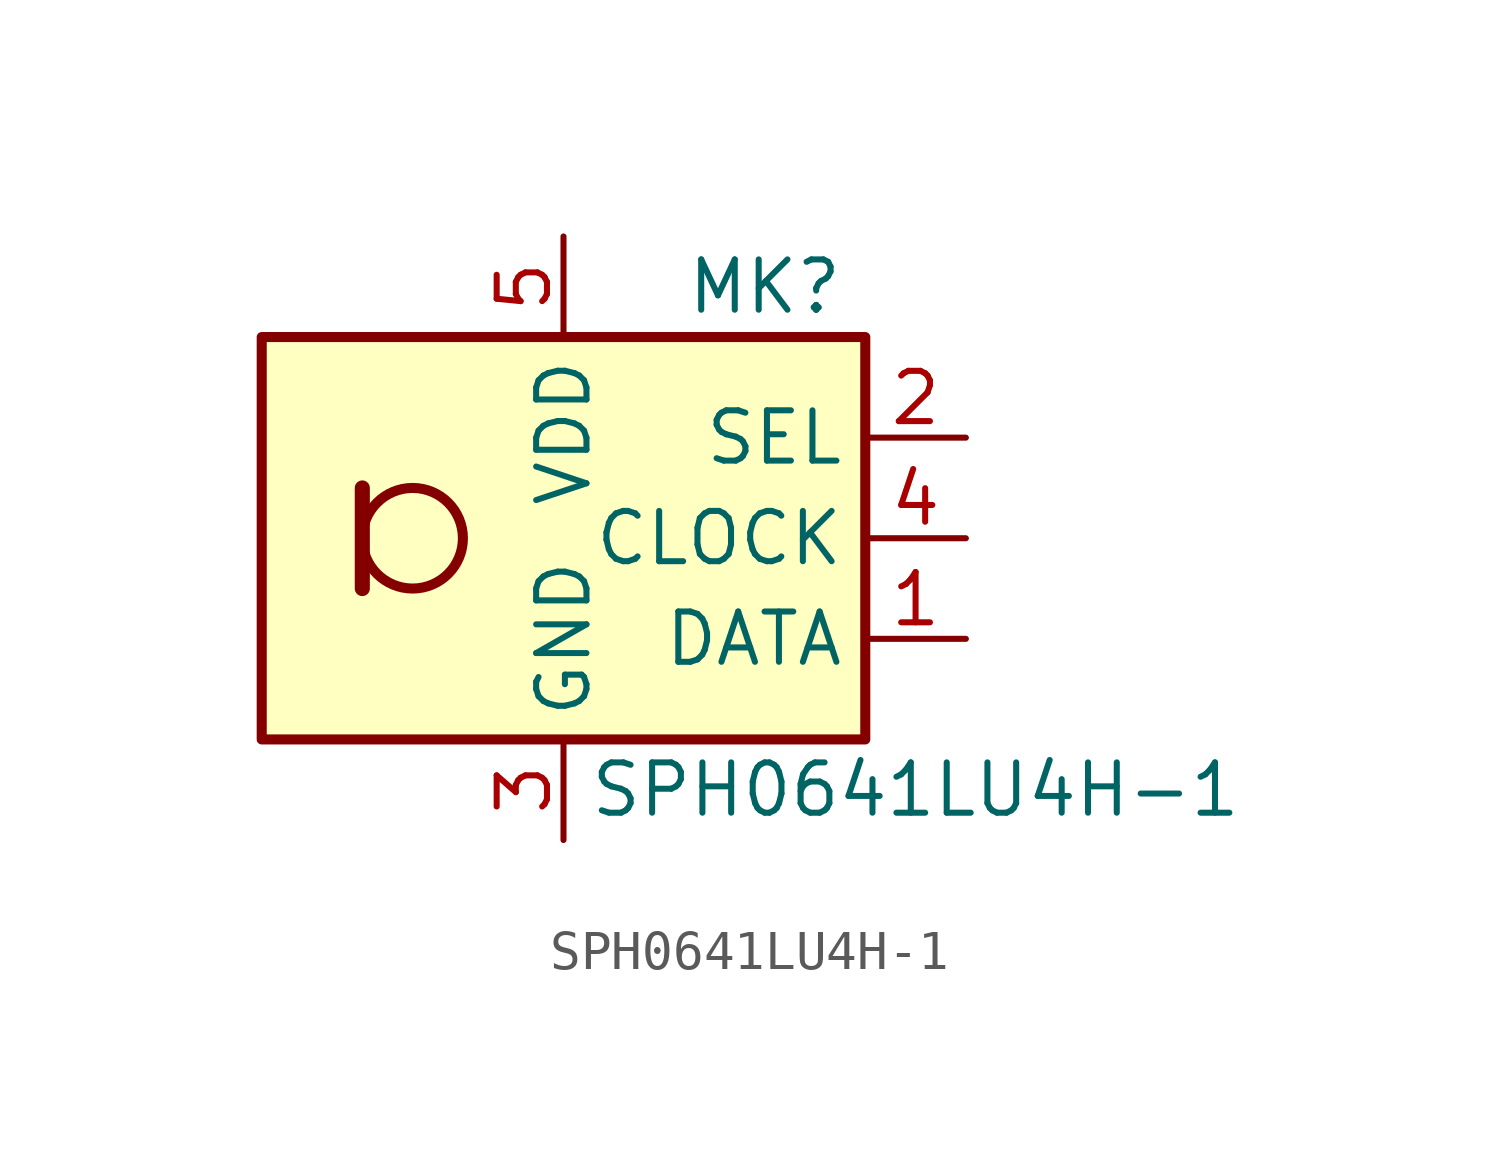
<source format=kicad_sym>
(kicad_symbol_lib
  (version 20220914)
  (generator kicad_symbol_editor)
  (symbol "SPH0641LU4H-1"
    (property "Reference" "MK"
      (at 5.08 6.35 0)
      (effects (font (size 1.27 1.27))))
    (property "Value" "SPH0641LU4H-1"
      (at 8.89 -6.35 0)
      (effects (font (size 1.27 1.27))))
    (symbol "SPH0641LU4H-1_1_1"
      (rectangle (start -7.62 5.08) (end 7.62 -5.08) (stroke (width 0.254) (type default)) (fill (type background)))
      (circle (center -3.81 0) (radius 1.27) (stroke (width 0.254) (type default)) (fill (type none)))
      (polyline (pts (xy -5.08 1.27) (xy -5.08 -1.27)) (stroke (width 0.381) (type default)) (fill (type none)))
      (pin output line (at 10.16 -2.54 180) (length 2.54) (name "DATA" (effects (font (size 1.27 1.27)))) (number "1" (effects (font (size 1.27 1.27)))))
      (pin input line (at 10.16 2.54 180) (length 2.54) (name "SEL" (effects (font (size 1.27 1.27)))) (number "2" (effects (font (size 1.27 1.27)))))
      (pin power_in line (at 0 -7.62 90) (length 2.54) (name "GND" (effects (font (size 1.27 1.27)))) (number "3" (effects (font (size 1.27 1.27)))))
      (pin input line (at 10.16 0 180) (length 2.54) (name "CLOCK" (effects (font (size 1.27 1.27)))) (number "4" (effects (font (size 1.27 1.27)))))
      (pin power_in line (at 0 7.62 270) (length 2.54) (name "VDD" (effects (font (size 1.27 1.27)))) (number "5" (effects (font (size 1.27 1.27))))))))
</source>
